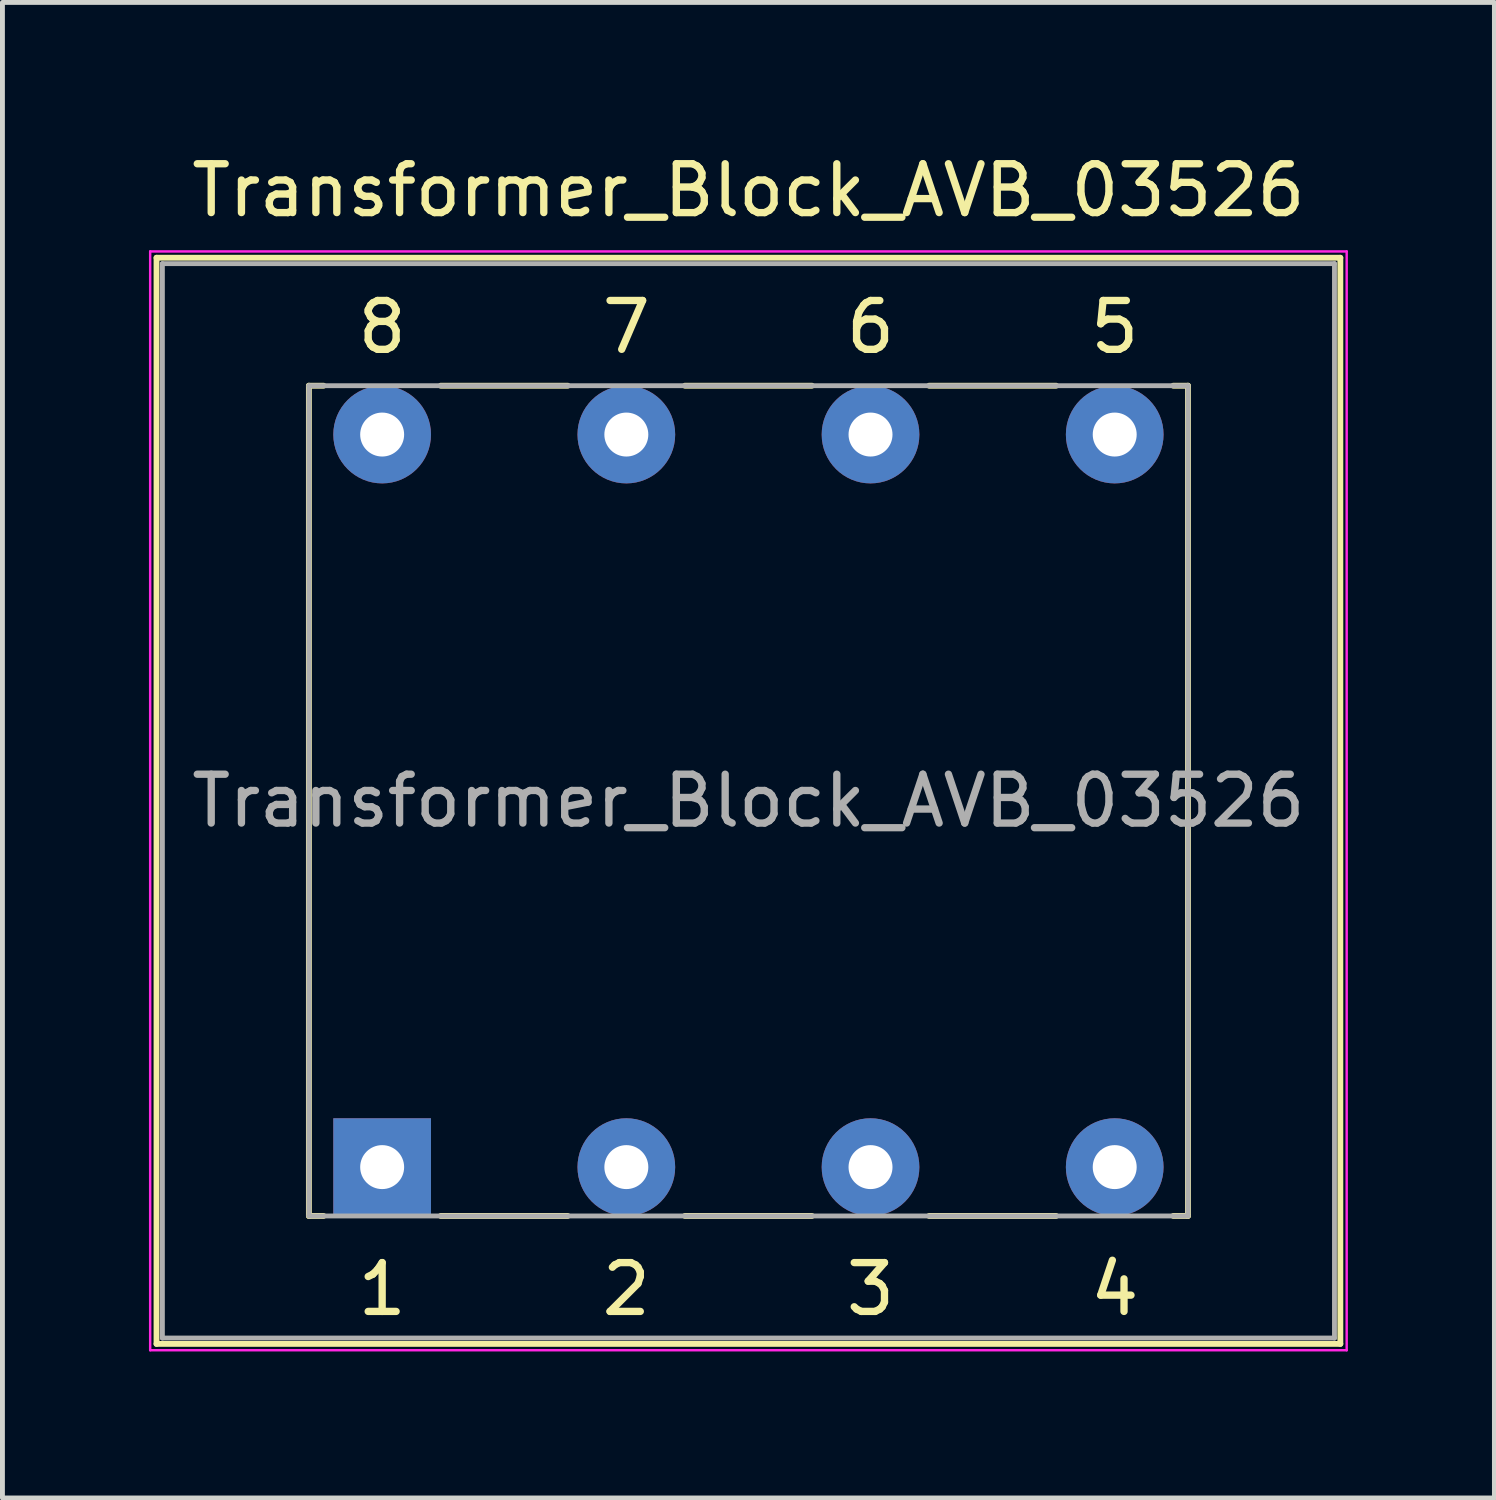
<source format=kicad_pcb>
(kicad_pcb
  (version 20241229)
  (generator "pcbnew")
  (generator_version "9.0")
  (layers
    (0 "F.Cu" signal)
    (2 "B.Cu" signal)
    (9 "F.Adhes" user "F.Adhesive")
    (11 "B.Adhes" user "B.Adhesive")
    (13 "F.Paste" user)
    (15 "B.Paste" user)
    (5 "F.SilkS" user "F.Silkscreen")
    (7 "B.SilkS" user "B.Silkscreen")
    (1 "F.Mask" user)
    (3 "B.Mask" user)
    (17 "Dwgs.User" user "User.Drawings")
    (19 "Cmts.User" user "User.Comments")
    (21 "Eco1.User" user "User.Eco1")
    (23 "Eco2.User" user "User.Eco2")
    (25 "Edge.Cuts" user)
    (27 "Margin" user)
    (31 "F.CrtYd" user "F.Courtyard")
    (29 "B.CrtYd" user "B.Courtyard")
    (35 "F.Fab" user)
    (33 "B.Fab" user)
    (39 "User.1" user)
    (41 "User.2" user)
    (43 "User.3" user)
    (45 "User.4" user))
  (footprint "Transformer_Block_AVB_03526"
    (layer "F.Cu")
    (at 4.775 20.848)
    (property "Reference" "Transformer_Block_AVB_03526" (at 7.5 -20 0) (layer "F.SilkS") (effects (font (size 1 1) (thickness 0.15))))
    (attr through_hole)
    (fp_line (start -4.62 -18.62) (end -4.62 3.62) (stroke (width 0.12) (type solid)) (layer "F.SilkS"))
    (fp_line (start -4.62 -18.62) (end 19.62 -18.62) (stroke (width 0.12) (type solid)) (layer "F.SilkS"))
    (fp_line (start -1.5 1) (end -1.5 -16) (stroke (width 0.12) (type solid)) (layer "F.SilkS"))
    (fp_line (start -1.5 1) (end -1.2 1) (stroke (width 0.12) (type solid)) (layer "F.SilkS"))
    (fp_line (start -1.2 -16) (end -1.5 -16) (stroke (width 0.12) (type solid)) (layer "F.SilkS"))
    (fp_line (start 1.2 -16) (end 3.8 -16) (stroke (width 0.12) (type solid)) (layer "F.SilkS"))
    (fp_line (start 3.8 1) (end 1.2 1) (stroke (width 0.12) (type solid)) (layer "F.SilkS"))
    (fp_line (start 6.2 -16) (end 8.8 -16) (stroke (width 0.12) (type solid)) (layer "F.SilkS"))
    (fp_line (start 6.2 1) (end 8.8 1) (stroke (width 0.12) (type solid)) (layer "F.SilkS"))
    (fp_line (start 11.2 -16) (end 13.8 -16) (stroke (width 0.12) (type solid)) (layer "F.SilkS"))
    (fp_line (start 11.2 1) (end 13.8 1) (stroke (width 0.12) (type solid)) (layer "F.SilkS"))
    (fp_line (start 16.2 -16) (end 16.5 -16) (stroke (width 0.12) (type solid)) (layer "F.SilkS"))
    (fp_line (start 16.2 1) (end 16.5 1) (stroke (width 0.12) (type solid)) (layer "F.SilkS"))
    (fp_line (start 16.5 1) (end 16.5 -16) (stroke (width 0.12) (type solid)) (layer "F.SilkS"))
    (fp_line (start 19.62 3.62) (end -4.62 3.62) (stroke (width 0.12) (type solid)) (layer "F.SilkS"))
    (fp_line (start 19.62 3.62) (end 19.62 -18.62) (stroke (width 0.12) (type solid)) (layer "F.SilkS"))
    (fp_line (start -4.75 -18.75) (end -4.75 3.75) (stroke (width 0.05) (type solid)) (layer "F.CrtYd"))
    (fp_line (start -4.75 -18.75) (end 19.75 -18.75) (stroke (width 0.05) (type solid)) (layer "F.CrtYd"))
    (fp_line (start 19.75 3.75) (end -4.75 3.75) (stroke (width 0.05) (type solid)) (layer "F.CrtYd"))
    (fp_line (start 19.75 3.75) (end 19.75 -18.75) (stroke (width 0.05) (type solid)) (layer "F.CrtYd"))
    (fp_line (start -4.5 -18.5) (end 19.5 -18.5) (stroke (width 0.1) (type solid)) (layer "F.Fab"))
    (fp_line (start -4.5 3.5) (end -4.5 -18.5) (stroke (width 0.1) (type solid)) (layer "F.Fab"))
    (fp_line (start -1.5 -16) (end 16.5 -16) (stroke (width 0.1) (type solid)) (layer "F.Fab"))
    (fp_line (start -1.5 1) (end -1.5 -16) (stroke (width 0.1) (type solid)) (layer "F.Fab"))
    (fp_line (start 16.5 -16) (end 16.5 1) (stroke (width 0.1) (type solid)) (layer "F.Fab"))
    (fp_line (start 16.5 1) (end -1.5 1) (stroke (width 0.1) (type solid)) (layer "F.Fab"))
    (fp_line (start 19.5 -18.5) (end 19.5 3.5) (stroke (width 0.1) (type solid)) (layer "F.Fab"))
    (fp_line (start 19.5 3.5) (end -4.5 3.5) (stroke (width 0.1) (type solid)) (layer "F.Fab"))
    (fp_text user "5" (at 15 -17.2 0) (layer "F.SilkS") (effects (font (size 1 1) (thickness 0.15))))
    (fp_text user "7" (at 5 -17.2 0) (layer "F.SilkS") (effects (font (size 1 1) (thickness 0.15))))
    (fp_text user "4" (at 15 2.5 0) (layer "F.SilkS") (effects (font (size 1 1) (thickness 0.15))))
    (fp_text user "8" (at 0 -17.2 0) (layer "F.SilkS") (effects (font (size 1 1) (thickness 0.15))))
    (fp_text user "6" (at 10 -17.2 0) (layer "F.SilkS") (effects (font (size 1 1) (thickness 0.15))))
    (fp_text user "3" (at 10 2.5 0) (layer "F.SilkS") (effects (font (size 1 1) (thickness 0.15))))
    (fp_text user "1" (at 0 2.5 0) (layer "F.SilkS") (effects (font (size 1 1) (thickness 0.15))))
    (fp_text user "2" (at 5 2.5 0) (layer "F.SilkS") (effects (font (size 1 1) (thickness 0.15))))
    (fp_text user "${REFERENCE}" (at 7.5 -7.5 0) (layer "F.Fab") (effects (font (size 1 1) (thickness 0.15))))
    (pad "1" thru_hole rect (at 0 0) (size 2 2) (drill 0.9) (layers "*.Cu" "*.Mask"))
    (pad "2" thru_hole circle (at 5 0) (size 2 2) (drill 0.9) (layers "*.Cu" "*.Mask"))
    (pad "3" thru_hole circle (at 10 0) (size 2 2) (drill 0.9) (layers "*.Cu" "*.Mask"))
    (pad "4" thru_hole circle (at 15 0) (size 2 2) (drill 0.9) (layers "*.Cu" "*.Mask"))
    (pad "5" thru_hole circle (at 15 -15) (size 2 2) (drill 0.9) (layers "*.Cu" "*.Mask"))
    (pad "6" thru_hole circle (at 10 -15) (size 2 2) (drill 0.9) (layers "*.Cu" "*.Mask"))
    (pad "7" thru_hole circle (at 5 -15) (size 2 2) (drill 0.9) (layers "*.Cu" "*.Mask"))
    (pad "8" thru_hole circle (at 0 -15) (size 2 2) (drill 0.9) (layers "*.Cu" "*.Mask")))
  (gr_rect
    (start -3 -3)
    (end 27.55 27.623)
    (stroke (width 0.1) (type default))
    (fill no)
    (layer "Edge.Cuts")))
</source>
